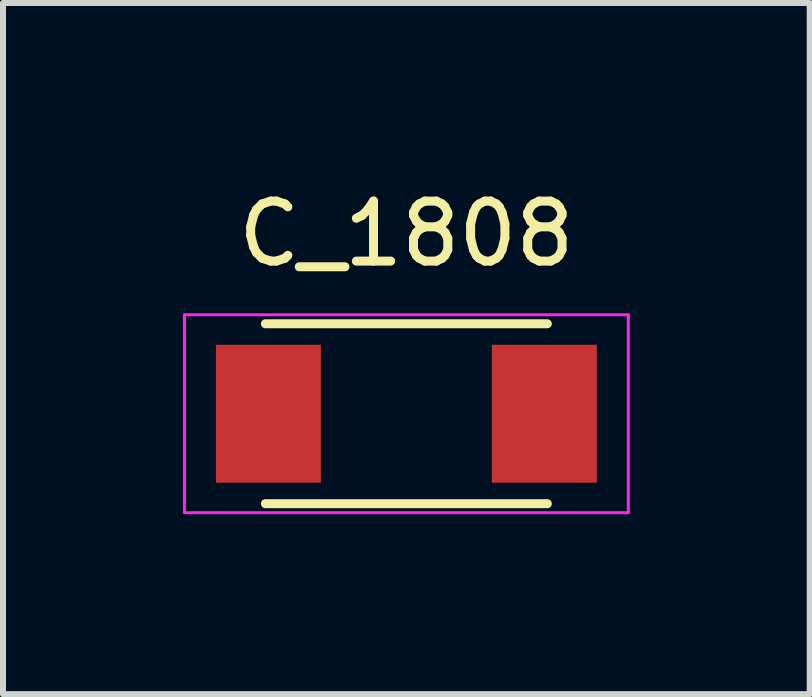
<source format=kicad_pcb>
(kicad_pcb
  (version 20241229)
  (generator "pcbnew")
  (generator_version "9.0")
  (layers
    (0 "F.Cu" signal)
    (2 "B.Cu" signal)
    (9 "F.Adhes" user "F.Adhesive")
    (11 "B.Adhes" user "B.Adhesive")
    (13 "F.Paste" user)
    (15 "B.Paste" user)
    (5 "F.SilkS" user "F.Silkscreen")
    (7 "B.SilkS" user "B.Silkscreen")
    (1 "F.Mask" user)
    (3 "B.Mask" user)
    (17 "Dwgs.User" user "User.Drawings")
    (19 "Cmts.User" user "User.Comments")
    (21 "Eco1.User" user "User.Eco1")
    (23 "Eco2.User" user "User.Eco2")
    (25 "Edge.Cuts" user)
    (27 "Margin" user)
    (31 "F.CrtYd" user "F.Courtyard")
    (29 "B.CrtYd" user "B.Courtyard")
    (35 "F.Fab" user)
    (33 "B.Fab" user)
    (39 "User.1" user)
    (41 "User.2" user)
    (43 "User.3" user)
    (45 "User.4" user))
  (footprint "C_1808"
    (layer "F.Cu")
    (at 3.725 3.848)
    (property "Reference" "C_1808" (at 0 -3 0) (layer "F.SilkS") (effects (font (size 1 1) (thickness 0.15))))
    (attr smd)
    (fp_line (start -2.35 1.5) (end 2.35 1.5) (stroke (width 0.15) (type solid)) (layer "F.SilkS"))
    (fp_line (start 2.35 -1.5) (end -2.35 -1.5) (stroke (width 0.15) (type solid)) (layer "F.SilkS"))
    (fp_line (start -3.7 -1.65) (end -3.7 1.65) (stroke (width 0.05) (type solid)) (layer "F.CrtYd"))
    (fp_line (start -3.7 -1.65) (end 3.7 -1.65) (stroke (width 0.05) (type solid)) (layer "F.CrtYd"))
    (fp_line (start -3.7 1.65) (end 3.7 1.65) (stroke (width 0.05) (type solid)) (layer "F.CrtYd"))
    (fp_line (start 3.7 -1.65) (end 3.7 1.65) (stroke (width 0.05) (type solid)) (layer "F.CrtYd"))
    (pad "1" smd rect (at -2.3 0) (size 1.75 2.3) (layers "F.Cu" "F.Mask" "F.Paste"))
    (pad "2" smd rect (at 2.3 0) (size 1.75 2.3) (layers "F.Cu" "F.Mask" "F.Paste")))
  (gr_rect
    (start -3 -3)
    (end 10.45 8.523)
    (stroke (width 0.1) (type default))
    (fill no)
    (layer "Edge.Cuts")))
</source>
